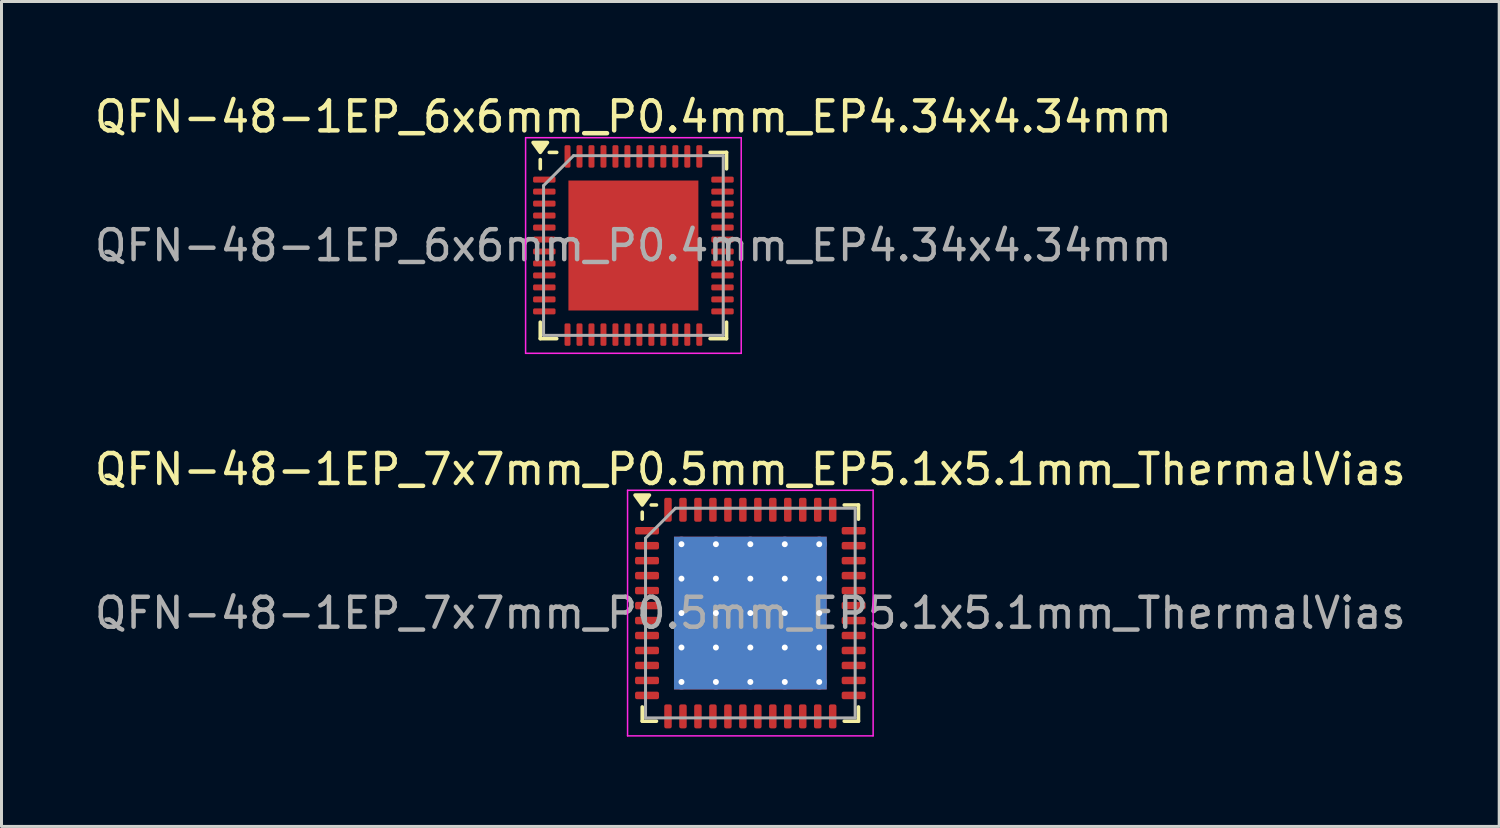
<source format=kicad_pcb>
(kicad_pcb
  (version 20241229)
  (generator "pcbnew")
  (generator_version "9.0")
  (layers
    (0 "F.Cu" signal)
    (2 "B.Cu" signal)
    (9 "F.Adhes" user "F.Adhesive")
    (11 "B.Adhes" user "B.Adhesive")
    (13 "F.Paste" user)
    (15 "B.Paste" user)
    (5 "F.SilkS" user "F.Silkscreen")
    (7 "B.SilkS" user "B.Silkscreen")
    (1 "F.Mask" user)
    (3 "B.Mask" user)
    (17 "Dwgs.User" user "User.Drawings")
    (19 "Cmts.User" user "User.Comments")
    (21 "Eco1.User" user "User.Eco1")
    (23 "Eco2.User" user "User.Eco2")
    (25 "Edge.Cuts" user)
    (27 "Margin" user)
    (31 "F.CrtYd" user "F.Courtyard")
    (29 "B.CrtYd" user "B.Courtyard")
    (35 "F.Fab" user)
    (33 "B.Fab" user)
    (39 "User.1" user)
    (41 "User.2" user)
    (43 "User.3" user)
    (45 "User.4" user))
  (footprint "QFN-48-1EP_7x7mm_P0.5mm_EP5.1x5.1mm_ThermalVias"
    (layer "F.Cu")
    (at 22.006 17.422)
    (property "Reference" "QFN-48-1EP_7x7mm_P0.5mm_EP5.1x5.1mm_ThermalVias" (at 0 -4.8 0) (layer "F.SilkS") (effects (font (size 1 1) (thickness 0.15))))
    (attr smd)
    (fp_line (start -3.61 -3.135) (end -3.61 -3.37) (stroke (width 0.12) (type solid)) (layer "F.SilkS"))
    (fp_line (start -3.61 3.61) (end -3.61 3.135) (stroke (width 0.12) (type solid)) (layer "F.SilkS"))
    (fp_line (start -3.135 -3.61) (end -3.31 -3.61) (stroke (width 0.12) (type solid)) (layer "F.SilkS"))
    (fp_line (start -3.135 3.61) (end -3.61 3.61) (stroke (width 0.12) (type solid)) (layer "F.SilkS"))
    (fp_line (start 3.135 -3.61) (end 3.61 -3.61) (stroke (width 0.12) (type solid)) (layer "F.SilkS"))
    (fp_line (start 3.135 3.61) (end 3.61 3.61) (stroke (width 0.12) (type solid)) (layer "F.SilkS"))
    (fp_line (start 3.61 -3.61) (end 3.61 -3.135) (stroke (width 0.12) (type solid)) (layer "F.SilkS"))
    (fp_line (start 3.61 3.61) (end 3.61 3.135) (stroke (width 0.12) (type solid)) (layer "F.SilkS"))
    (fp_poly (pts (xy -3.61 -3.61) (xy -3.85 -3.94) (xy -3.37 -3.94) (xy -3.61 -3.61)) (stroke (width 0.12) (type solid)) (fill yes) (layer "F.SilkS"))
    (fp_line (start -4.1 -4.1) (end -4.1 4.1) (stroke (width 0.05) (type solid)) (layer "F.CrtYd"))
    (fp_line (start -4.1 4.1) (end 4.1 4.1) (stroke (width 0.05) (type solid)) (layer "F.CrtYd"))
    (fp_line (start 4.1 -4.1) (end -4.1 -4.1) (stroke (width 0.05) (type solid)) (layer "F.CrtYd"))
    (fp_line (start 4.1 4.1) (end 4.1 -4.1) (stroke (width 0.05) (type solid)) (layer "F.CrtYd"))
    (fp_line (start -3.5 -2.5) (end -2.5 -3.5) (stroke (width 0.1) (type solid)) (layer "F.Fab"))
    (fp_line (start -3.5 3.5) (end -3.5 -2.5) (stroke (width 0.1) (type solid)) (layer "F.Fab"))
    (fp_line (start -2.5 -3.5) (end 3.5 -3.5) (stroke (width 0.1) (type solid)) (layer "F.Fab"))
    (fp_line (start 3.5 -3.5) (end 3.5 3.5) (stroke (width 0.1) (type solid)) (layer "F.Fab"))
    (fp_line (start 3.5 3.5) (end -3.5 3.5) (stroke (width 0.1) (type solid)) (layer "F.Fab"))
    (fp_text user "${REFERENCE}" (at 0 0 0) (layer "F.Fab") (effects (font (size 1 1) (thickness 0.15))))
    (pad "" smd roundrect (at -1.725 -1.725) (size 0.988 0.988) (layers "F.Paste") (roundrect_rratio 0.25))
    (pad "" smd roundrect (at -1.725 -0.575) (size 0.988 0.988) (layers "F.Paste") (roundrect_rratio 0.25))
    (pad "" smd roundrect (at -1.725 0.575) (size 0.988 0.988) (layers "F.Paste") (roundrect_rratio 0.25))
    (pad "" smd roundrect (at -1.725 1.725) (size 0.988 0.988) (layers "F.Paste") (roundrect_rratio 0.25))
    (pad "" smd roundrect (at -0.575 -1.725) (size 0.988 0.988) (layers "F.Paste") (roundrect_rratio 0.25))
    (pad "" smd roundrect (at -0.575 -0.575) (size 0.988 0.988) (layers "F.Paste") (roundrect_rratio 0.25))
    (pad "" smd roundrect (at -0.575 0.575) (size 0.988 0.988) (layers "F.Paste") (roundrect_rratio 0.25))
    (pad "" smd roundrect (at -0.575 1.725) (size 0.988 0.988) (layers "F.Paste") (roundrect_rratio 0.25))
    (pad "" smd roundrect (at 0.575 -1.725) (size 0.988 0.988) (layers "F.Paste") (roundrect_rratio 0.25))
    (pad "" smd roundrect (at 0.575 -0.575) (size 0.988 0.988) (layers "F.Paste") (roundrect_rratio 0.25))
    (pad "" smd roundrect (at 0.575 0.575) (size 0.988 0.988) (layers "F.Paste") (roundrect_rratio 0.25))
    (pad "" smd roundrect (at 0.575 1.725) (size 0.988 0.988) (layers "F.Paste") (roundrect_rratio 0.25))
    (pad "" smd roundrect (at 1.725 -1.725) (size 0.988 0.988) (layers "F.Paste") (roundrect_rratio 0.25))
    (pad "" smd roundrect (at 1.725 -0.575) (size 0.988 0.988) (layers "F.Paste") (roundrect_rratio 0.25))
    (pad "" smd roundrect (at 1.725 0.575) (size 0.988 0.988) (layers "F.Paste") (roundrect_rratio 0.25))
    (pad "" smd roundrect (at 1.725 1.725) (size 0.988 0.988) (layers "F.Paste") (roundrect_rratio 0.25))
    (pad "1" smd roundrect (at -3.45 -2.75) (size 0.8 0.25) (layers "F.Cu" "F.Mask" "F.Paste") (roundrect_rratio 0.25))
    (pad "2" smd roundrect (at -3.45 -2.25) (size 0.8 0.25) (layers "F.Cu" "F.Mask" "F.Paste") (roundrect_rratio 0.25))
    (pad "3" smd roundrect (at -3.45 -1.75) (size 0.8 0.25) (layers "F.Cu" "F.Mask" "F.Paste") (roundrect_rratio 0.25))
    (pad "4" smd roundrect (at -3.45 -1.25) (size 0.8 0.25) (layers "F.Cu" "F.Mask" "F.Paste") (roundrect_rratio 0.25))
    (pad "5" smd roundrect (at -3.45 -0.75) (size 0.8 0.25) (layers "F.Cu" "F.Mask" "F.Paste") (roundrect_rratio 0.25))
    (pad "6" smd roundrect (at -3.45 -0.25) (size 0.8 0.25) (layers "F.Cu" "F.Mask" "F.Paste") (roundrect_rratio 0.25))
    (pad "7" smd roundrect (at -3.45 0.25) (size 0.8 0.25) (layers "F.Cu" "F.Mask" "F.Paste") (roundrect_rratio 0.25))
    (pad "8" smd roundrect (at -3.45 0.75) (size 0.8 0.25) (layers "F.Cu" "F.Mask" "F.Paste") (roundrect_rratio 0.25))
    (pad "9" smd roundrect (at -3.45 1.25) (size 0.8 0.25) (layers "F.Cu" "F.Mask" "F.Paste") (roundrect_rratio 0.25))
    (pad "10" smd roundrect (at -3.45 1.75) (size 0.8 0.25) (layers "F.Cu" "F.Mask" "F.Paste") (roundrect_rratio 0.25))
    (pad "11" smd roundrect (at -3.45 2.25) (size 0.8 0.25) (layers "F.Cu" "F.Mask" "F.Paste") (roundrect_rratio 0.25))
    (pad "12" smd roundrect (at -3.45 2.75) (size 0.8 0.25) (layers "F.Cu" "F.Mask" "F.Paste") (roundrect_rratio 0.25))
    (pad "13" smd roundrect (at -2.75 3.45) (size 0.25 0.8) (layers "F.Cu" "F.Mask" "F.Paste") (roundrect_rratio 0.25))
    (pad "14" smd roundrect (at -2.25 3.45) (size 0.25 0.8) (layers "F.Cu" "F.Mask" "F.Paste") (roundrect_rratio 0.25))
    (pad "15" smd roundrect (at -1.75 3.45) (size 0.25 0.8) (layers "F.Cu" "F.Mask" "F.Paste") (roundrect_rratio 0.25))
    (pad "16" smd roundrect (at -1.25 3.45) (size 0.25 0.8) (layers "F.Cu" "F.Mask" "F.Paste") (roundrect_rratio 0.25))
    (pad "17" smd roundrect (at -0.75 3.45) (size 0.25 0.8) (layers "F.Cu" "F.Mask" "F.Paste") (roundrect_rratio 0.25))
    (pad "18" smd roundrect (at -0.25 3.45) (size 0.25 0.8) (layers "F.Cu" "F.Mask" "F.Paste") (roundrect_rratio 0.25))
    (pad "19" smd roundrect (at 0.25 3.45) (size 0.25 0.8) (layers "F.Cu" "F.Mask" "F.Paste") (roundrect_rratio 0.25))
    (pad "20" smd roundrect (at 0.75 3.45) (size 0.25 0.8) (layers "F.Cu" "F.Mask" "F.Paste") (roundrect_rratio 0.25))
    (pad "21" smd roundrect (at 1.25 3.45) (size 0.25 0.8) (layers "F.Cu" "F.Mask" "F.Paste") (roundrect_rratio 0.25))
    (pad "22" smd roundrect (at 1.75 3.45) (size 0.25 0.8) (layers "F.Cu" "F.Mask" "F.Paste") (roundrect_rratio 0.25))
    (pad "23" smd roundrect (at 2.25 3.45) (size 0.25 0.8) (layers "F.Cu" "F.Mask" "F.Paste") (roundrect_rratio 0.25))
    (pad "24" smd roundrect (at 2.75 3.45) (size 0.25 0.8) (layers "F.Cu" "F.Mask" "F.Paste") (roundrect_rratio 0.25))
    (pad "25" smd roundrect (at 3.45 2.75) (size 0.8 0.25) (layers "F.Cu" "F.Mask" "F.Paste") (roundrect_rratio 0.25))
    (pad "26" smd roundrect (at 3.45 2.25) (size 0.8 0.25) (layers "F.Cu" "F.Mask" "F.Paste") (roundrect_rratio 0.25))
    (pad "27" smd roundrect (at 3.45 1.75) (size 0.8 0.25) (layers "F.Cu" "F.Mask" "F.Paste") (roundrect_rratio 0.25))
    (pad "28" smd roundrect (at 3.45 1.25) (size 0.8 0.25) (layers "F.Cu" "F.Mask" "F.Paste") (roundrect_rratio 0.25))
    (pad "29" smd roundrect (at 3.45 0.75) (size 0.8 0.25) (layers "F.Cu" "F.Mask" "F.Paste") (roundrect_rratio 0.25))
    (pad "30" smd roundrect (at 3.45 0.25) (size 0.8 0.25) (layers "F.Cu" "F.Mask" "F.Paste") (roundrect_rratio 0.25))
    (pad "31" smd roundrect (at 3.45 -0.25) (size 0.8 0.25) (layers "F.Cu" "F.Mask" "F.Paste") (roundrect_rratio 0.25))
    (pad "32" smd roundrect (at 3.45 -0.75) (size 0.8 0.25) (layers "F.Cu" "F.Mask" "F.Paste") (roundrect_rratio 0.25))
    (pad "33" smd roundrect (at 3.45 -1.25) (size 0.8 0.25) (layers "F.Cu" "F.Mask" "F.Paste") (roundrect_rratio 0.25))
    (pad "34" smd roundrect (at 3.45 -1.75) (size 0.8 0.25) (layers "F.Cu" "F.Mask" "F.Paste") (roundrect_rratio 0.25))
    (pad "35" smd roundrect (at 3.45 -2.25) (size 0.8 0.25) (layers "F.Cu" "F.Mask" "F.Paste") (roundrect_rratio 0.25))
    (pad "36" smd roundrect (at 3.45 -2.75) (size 0.8 0.25) (layers "F.Cu" "F.Mask" "F.Paste") (roundrect_rratio 0.25))
    (pad "37" smd roundrect (at 2.75 -3.45) (size 0.25 0.8) (layers "F.Cu" "F.Mask" "F.Paste") (roundrect_rratio 0.25))
    (pad "38" smd roundrect (at 2.25 -3.45) (size 0.25 0.8) (layers "F.Cu" "F.Mask" "F.Paste") (roundrect_rratio 0.25))
    (pad "39" smd roundrect (at 1.75 -3.45) (size 0.25 0.8) (layers "F.Cu" "F.Mask" "F.Paste") (roundrect_rratio 0.25))
    (pad "40" smd roundrect (at 1.25 -3.45) (size 0.25 0.8) (layers "F.Cu" "F.Mask" "F.Paste") (roundrect_rratio 0.25))
    (pad "41" smd roundrect (at 0.75 -3.45) (size 0.25 0.8) (layers "F.Cu" "F.Mask" "F.Paste") (roundrect_rratio 0.25))
    (pad "42" smd roundrect (at 0.25 -3.45) (size 0.25 0.8) (layers "F.Cu" "F.Mask" "F.Paste") (roundrect_rratio 0.25))
    (pad "43" smd roundrect (at -0.25 -3.45) (size 0.25 0.8) (layers "F.Cu" "F.Mask" "F.Paste") (roundrect_rratio 0.25))
    (pad "44" smd roundrect (at -0.75 -3.45) (size 0.25 0.8) (layers "F.Cu" "F.Mask" "F.Paste") (roundrect_rratio 0.25))
    (pad "45" smd roundrect (at -1.25 -3.45) (size 0.25 0.8) (layers "F.Cu" "F.Mask" "F.Paste") (roundrect_rratio 0.25))
    (pad "46" smd roundrect (at -1.75 -3.45) (size 0.25 0.8) (layers "F.Cu" "F.Mask" "F.Paste") (roundrect_rratio 0.25))
    (pad "47" smd roundrect (at -2.25 -3.45) (size 0.25 0.8) (layers "F.Cu" "F.Mask" "F.Paste") (roundrect_rratio 0.25))
    (pad "48" smd roundrect (at -2.75 -3.45) (size 0.25 0.8) (layers "F.Cu" "F.Mask" "F.Paste") (roundrect_rratio 0.25))
    (pad "49" thru_hole circle (at -2.3 -2.3) (size 0.5 0.5) (drill 0.2) (property pad_prop_heatsink) (layers "*.Cu"))
    (pad "49" thru_hole circle (at -2.3 -1.15) (size 0.5 0.5) (drill 0.2) (property pad_prop_heatsink) (layers "*.Cu"))
    (pad "49" thru_hole circle (at -2.3 0) (size 0.5 0.5) (drill 0.2) (property pad_prop_heatsink) (layers "*.Cu"))
    (pad "49" thru_hole circle (at -2.3 1.15) (size 0.5 0.5) (drill 0.2) (property pad_prop_heatsink) (layers "*.Cu"))
    (pad "49" thru_hole circle (at -2.3 2.3) (size 0.5 0.5) (drill 0.2) (property pad_prop_heatsink) (layers "*.Cu"))
    (pad "49" thru_hole circle (at -1.15 -2.3) (size 0.5 0.5) (drill 0.2) (property pad_prop_heatsink) (layers "*.Cu"))
    (pad "49" thru_hole circle (at -1.15 -1.15) (size 0.5 0.5) (drill 0.2) (property pad_prop_heatsink) (layers "*.Cu"))
    (pad "49" thru_hole circle (at -1.15 0) (size 0.5 0.5) (drill 0.2) (property pad_prop_heatsink) (layers "*.Cu"))
    (pad "49" thru_hole circle (at -1.15 1.15) (size 0.5 0.5) (drill 0.2) (property pad_prop_heatsink) (layers "*.Cu"))
    (pad "49" thru_hole circle (at -1.15 2.3) (size 0.5 0.5) (drill 0.2) (property pad_prop_heatsink) (layers "*.Cu"))
    (pad "49" thru_hole circle (at 0 -2.3) (size 0.5 0.5) (drill 0.2) (property pad_prop_heatsink) (layers "*.Cu"))
    (pad "49" thru_hole circle (at 0 -1.15) (size 0.5 0.5) (drill 0.2) (property pad_prop_heatsink) (layers "*.Cu"))
    (pad "49" thru_hole circle (at 0 0) (size 0.5 0.5) (drill 0.2) (property pad_prop_heatsink) (layers "*.Cu"))
    (pad "49" smd rect (at 0 0) (size 5.1 5.1) (property pad_prop_heatsink) (layers "F.Cu" "F.Mask"))
    (pad "49" smd rect (at 0 0) (size 5.1 5.1) (property pad_prop_heatsink) (layers "B.Cu"))
    (pad "49" thru_hole circle (at 0 1.15) (size 0.5 0.5) (drill 0.2) (property pad_prop_heatsink) (layers "*.Cu"))
    (pad "49" thru_hole circle (at 0 2.3) (size 0.5 0.5) (drill 0.2) (property pad_prop_heatsink) (layers "*.Cu"))
    (pad "49" thru_hole circle (at 1.15 -2.3) (size 0.5 0.5) (drill 0.2) (property pad_prop_heatsink) (layers "*.Cu"))
    (pad "49" thru_hole circle (at 1.15 -1.15) (size 0.5 0.5) (drill 0.2) (property pad_prop_heatsink) (layers "*.Cu"))
    (pad "49" thru_hole circle (at 1.15 0) (size 0.5 0.5) (drill 0.2) (property pad_prop_heatsink) (layers "*.Cu"))
    (pad "49" thru_hole circle (at 1.15 1.15) (size 0.5 0.5) (drill 0.2) (property pad_prop_heatsink) (layers "*.Cu"))
    (pad "49" thru_hole circle (at 1.15 2.3) (size 0.5 0.5) (drill 0.2) (property pad_prop_heatsink) (layers "*.Cu"))
    (pad "49" thru_hole circle (at 2.3 -2.3) (size 0.5 0.5) (drill 0.2) (property pad_prop_heatsink) (layers "*.Cu"))
    (pad "49" thru_hole circle (at 2.3 -1.15) (size 0.5 0.5) (drill 0.2) (property pad_prop_heatsink) (layers "*.Cu"))
    (pad "49" thru_hole circle (at 2.3 0) (size 0.5 0.5) (drill 0.2) (property pad_prop_heatsink) (layers "*.Cu"))
    (pad "49" thru_hole circle (at 2.3 1.15) (size 0.5 0.5) (drill 0.2) (property pad_prop_heatsink) (layers "*.Cu"))
    (pad "49" thru_hole circle (at 2.3 2.3) (size 0.5 0.5) (drill 0.2) (property pad_prop_heatsink) (layers "*.Cu")))
  (footprint "QFN-48-1EP_6x6mm_P0.4mm_EP4.34x4.34mm"
    (layer "F.Cu")
    (at 18.101 5.148)
    (property "Reference" "QFN-48-1EP_6x6mm_P0.4mm_EP4.34x4.34mm" (at 0 -4.3 0) (layer "F.SilkS") (effects (font (size 1 1) (thickness 0.15))))
    (attr smd)
    (fp_line (start -3.11 -2.56) (end -3.11 -2.87) (stroke (width 0.12) (type solid)) (layer "F.SilkS"))
    (fp_line (start -3.11 3.11) (end -3.11 2.56) (stroke (width 0.12) (type solid)) (layer "F.SilkS"))
    (fp_line (start -2.56 -3.11) (end -2.81 -3.11) (stroke (width 0.12) (type solid)) (layer "F.SilkS"))
    (fp_line (start -2.56 3.11) (end -3.11 3.11) (stroke (width 0.12) (type solid)) (layer "F.SilkS"))
    (fp_line (start 2.56 -3.11) (end 3.11 -3.11) (stroke (width 0.12) (type solid)) (layer "F.SilkS"))
    (fp_line (start 2.56 3.11) (end 3.11 3.11) (stroke (width 0.12) (type solid)) (layer "F.SilkS"))
    (fp_line (start 3.11 -3.11) (end 3.11 -2.56) (stroke (width 0.12) (type solid)) (layer "F.SilkS"))
    (fp_line (start 3.11 3.11) (end 3.11 2.56) (stroke (width 0.12) (type solid)) (layer "F.SilkS"))
    (fp_poly (pts (xy -3.11 -3.11) (xy -3.35 -3.44) (xy -2.87 -3.44) (xy -3.11 -3.11)) (stroke (width 0.12) (type solid)) (fill yes) (layer "F.SilkS"))
    (fp_line (start -3.6 -3.6) (end -3.6 3.6) (stroke (width 0.05) (type solid)) (layer "F.CrtYd"))
    (fp_line (start -3.6 3.6) (end 3.6 3.6) (stroke (width 0.05) (type solid)) (layer "F.CrtYd"))
    (fp_line (start 3.6 -3.6) (end -3.6 -3.6) (stroke (width 0.05) (type solid)) (layer "F.CrtYd"))
    (fp_line (start 3.6 3.6) (end 3.6 -3.6) (stroke (width 0.05) (type solid)) (layer "F.CrtYd"))
    (fp_line (start -3 -2) (end -2 -3) (stroke (width 0.1) (type solid)) (layer "F.Fab"))
    (fp_line (start -3 3) (end -3 -2) (stroke (width 0.1) (type solid)) (layer "F.Fab"))
    (fp_line (start -2 -3) (end 3 -3) (stroke (width 0.1) (type solid)) (layer "F.Fab"))
    (fp_line (start 3 -3) (end 3 3) (stroke (width 0.1) (type solid)) (layer "F.Fab"))
    (fp_line (start 3 3) (end -3 3) (stroke (width 0.1) (type solid)) (layer "F.Fab"))
    (fp_text user "${REFERENCE}" (at 0 0 0) (layer "F.Fab") (effects (font (size 1 1) (thickness 0.15))))
    (pad "" smd roundrect (at -1.085 -1.085) (size 1.75 1.75) (layers "F.Paste") (roundrect_rratio 0.143))
    (pad "" smd roundrect (at -1.085 1.085) (size 1.75 1.75) (layers "F.Paste") (roundrect_rratio 0.143))
    (pad "" smd roundrect (at 1.085 -1.085) (size 1.75 1.75) (layers "F.Paste") (roundrect_rratio 0.143))
    (pad "" smd roundrect (at 1.085 1.085) (size 1.75 1.75) (layers "F.Paste") (roundrect_rratio 0.143))
    (pad "1" smd roundrect (at -2.975 -2.2) (size 0.75 0.2) (layers "F.Cu" "F.Mask" "F.Paste") (roundrect_rratio 0.25))
    (pad "2" smd roundrect (at -2.975 -1.8) (size 0.75 0.2) (layers "F.Cu" "F.Mask" "F.Paste") (roundrect_rratio 0.25))
    (pad "3" smd roundrect (at -2.975 -1.4) (size 0.75 0.2) (layers "F.Cu" "F.Mask" "F.Paste") (roundrect_rratio 0.25))
    (pad "4" smd roundrect (at -2.975 -1) (size 0.75 0.2) (layers "F.Cu" "F.Mask" "F.Paste") (roundrect_rratio 0.25))
    (pad "5" smd roundrect (at -2.975 -0.6) (size 0.75 0.2) (layers "F.Cu" "F.Mask" "F.Paste") (roundrect_rratio 0.25))
    (pad "6" smd roundrect (at -2.975 -0.2) (size 0.75 0.2) (layers "F.Cu" "F.Mask" "F.Paste") (roundrect_rratio 0.25))
    (pad "7" smd roundrect (at -2.975 0.2) (size 0.75 0.2) (layers "F.Cu" "F.Mask" "F.Paste") (roundrect_rratio 0.25))
    (pad "8" smd roundrect (at -2.975 0.6) (size 0.75 0.2) (layers "F.Cu" "F.Mask" "F.Paste") (roundrect_rratio 0.25))
    (pad "9" smd roundrect (at -2.975 1) (size 0.75 0.2) (layers "F.Cu" "F.Mask" "F.Paste") (roundrect_rratio 0.25))
    (pad "10" smd roundrect (at -2.975 1.4) (size 0.75 0.2) (layers "F.Cu" "F.Mask" "F.Paste") (roundrect_rratio 0.25))
    (pad "11" smd roundrect (at -2.975 1.8) (size 0.75 0.2) (layers "F.Cu" "F.Mask" "F.Paste") (roundrect_rratio 0.25))
    (pad "12" smd roundrect (at -2.975 2.2) (size 0.75 0.2) (layers "F.Cu" "F.Mask" "F.Paste") (roundrect_rratio 0.25))
    (pad "13" smd roundrect (at -2.2 2.975) (size 0.2 0.75) (layers "F.Cu" "F.Mask" "F.Paste") (roundrect_rratio 0.25))
    (pad "14" smd roundrect (at -1.8 2.975) (size 0.2 0.75) (layers "F.Cu" "F.Mask" "F.Paste") (roundrect_rratio 0.25))
    (pad "15" smd roundrect (at -1.4 2.975) (size 0.2 0.75) (layers "F.Cu" "F.Mask" "F.Paste") (roundrect_rratio 0.25))
    (pad "16" smd roundrect (at -1 2.975) (size 0.2 0.75) (layers "F.Cu" "F.Mask" "F.Paste") (roundrect_rratio 0.25))
    (pad "17" smd roundrect (at -0.6 2.975) (size 0.2 0.75) (layers "F.Cu" "F.Mask" "F.Paste") (roundrect_rratio 0.25))
    (pad "18" smd roundrect (at -0.2 2.975) (size 0.2 0.75) (layers "F.Cu" "F.Mask" "F.Paste") (roundrect_rratio 0.25))
    (pad "19" smd roundrect (at 0.2 2.975) (size 0.2 0.75) (layers "F.Cu" "F.Mask" "F.Paste") (roundrect_rratio 0.25))
    (pad "20" smd roundrect (at 0.6 2.975) (size 0.2 0.75) (layers "F.Cu" "F.Mask" "F.Paste") (roundrect_rratio 0.25))
    (pad "21" smd roundrect (at 1 2.975) (size 0.2 0.75) (layers "F.Cu" "F.Mask" "F.Paste") (roundrect_rratio 0.25))
    (pad "22" smd roundrect (at 1.4 2.975) (size 0.2 0.75) (layers "F.Cu" "F.Mask" "F.Paste") (roundrect_rratio 0.25))
    (pad "23" smd roundrect (at 1.8 2.975) (size 0.2 0.75) (layers "F.Cu" "F.Mask" "F.Paste") (roundrect_rratio 0.25))
    (pad "24" smd roundrect (at 2.2 2.975) (size 0.2 0.75) (layers "F.Cu" "F.Mask" "F.Paste") (roundrect_rratio 0.25))
    (pad "25" smd roundrect (at 2.975 2.2) (size 0.75 0.2) (layers "F.Cu" "F.Mask" "F.Paste") (roundrect_rratio 0.25))
    (pad "26" smd roundrect (at 2.975 1.8) (size 0.75 0.2) (layers "F.Cu" "F.Mask" "F.Paste") (roundrect_rratio 0.25))
    (pad "27" smd roundrect (at 2.975 1.4) (size 0.75 0.2) (layers "F.Cu" "F.Mask" "F.Paste") (roundrect_rratio 0.25))
    (pad "28" smd roundrect (at 2.975 1) (size 0.75 0.2) (layers "F.Cu" "F.Mask" "F.Paste") (roundrect_rratio 0.25))
    (pad "29" smd roundrect (at 2.975 0.6) (size 0.75 0.2) (layers "F.Cu" "F.Mask" "F.Paste") (roundrect_rratio 0.25))
    (pad "30" smd roundrect (at 2.975 0.2) (size 0.75 0.2) (layers "F.Cu" "F.Mask" "F.Paste") (roundrect_rratio 0.25))
    (pad "31" smd roundrect (at 2.975 -0.2) (size 0.75 0.2) (layers "F.Cu" "F.Mask" "F.Paste") (roundrect_rratio 0.25))
    (pad "32" smd roundrect (at 2.975 -0.6) (size 0.75 0.2) (layers "F.Cu" "F.Mask" "F.Paste") (roundrect_rratio 0.25))
    (pad "33" smd roundrect (at 2.975 -1) (size 0.75 0.2) (layers "F.Cu" "F.Mask" "F.Paste") (roundrect_rratio 0.25))
    (pad "34" smd roundrect (at 2.975 -1.4) (size 0.75 0.2) (layers "F.Cu" "F.Mask" "F.Paste") (roundrect_rratio 0.25))
    (pad "35" smd roundrect (at 2.975 -1.8) (size 0.75 0.2) (layers "F.Cu" "F.Mask" "F.Paste") (roundrect_rratio 0.25))
    (pad "36" smd roundrect (at 2.975 -2.2) (size 0.75 0.2) (layers "F.Cu" "F.Mask" "F.Paste") (roundrect_rratio 0.25))
    (pad "37" smd roundrect (at 2.2 -2.975) (size 0.2 0.75) (layers "F.Cu" "F.Mask" "F.Paste") (roundrect_rratio 0.25))
    (pad "38" smd roundrect (at 1.8 -2.975) (size 0.2 0.75) (layers "F.Cu" "F.Mask" "F.Paste") (roundrect_rratio 0.25))
    (pad "39" smd roundrect (at 1.4 -2.975) (size 0.2 0.75) (layers "F.Cu" "F.Mask" "F.Paste") (roundrect_rratio 0.25))
    (pad "40" smd roundrect (at 1 -2.975) (size 0.2 0.75) (layers "F.Cu" "F.Mask" "F.Paste") (roundrect_rratio 0.25))
    (pad "41" smd roundrect (at 0.6 -2.975) (size 0.2 0.75) (layers "F.Cu" "F.Mask" "F.Paste") (roundrect_rratio 0.25))
    (pad "42" smd roundrect (at 0.2 -2.975) (size 0.2 0.75) (layers "F.Cu" "F.Mask" "F.Paste") (roundrect_rratio 0.25))
    (pad "43" smd roundrect (at -0.2 -2.975) (size 0.2 0.75) (layers "F.Cu" "F.Mask" "F.Paste") (roundrect_rratio 0.25))
    (pad "44" smd roundrect (at -0.6 -2.975) (size 0.2 0.75) (layers "F.Cu" "F.Mask" "F.Paste") (roundrect_rratio 0.25))
    (pad "45" smd roundrect (at -1 -2.975) (size 0.2 0.75) (layers "F.Cu" "F.Mask" "F.Paste") (roundrect_rratio 0.25))
    (pad "46" smd roundrect (at -1.4 -2.975) (size 0.2 0.75) (layers "F.Cu" "F.Mask" "F.Paste") (roundrect_rratio 0.25))
    (pad "47" smd roundrect (at -1.8 -2.975) (size 0.2 0.75) (layers "F.Cu" "F.Mask" "F.Paste") (roundrect_rratio 0.25))
    (pad "48" smd roundrect (at -2.2 -2.975) (size 0.2 0.75) (layers "F.Cu" "F.Mask" "F.Paste") (roundrect_rratio 0.25))
    (pad "49" smd rect (at 0 0) (size 4.34 4.34) (property pad_prop_heatsink) (layers "F.Cu" "F.Mask")))
  (gr_rect
    (start -3 -3)
    (end 47.012 24.547)
    (stroke (width 0.1) (type default))
    (fill no)
    (layer "Edge.Cuts")))
</source>
